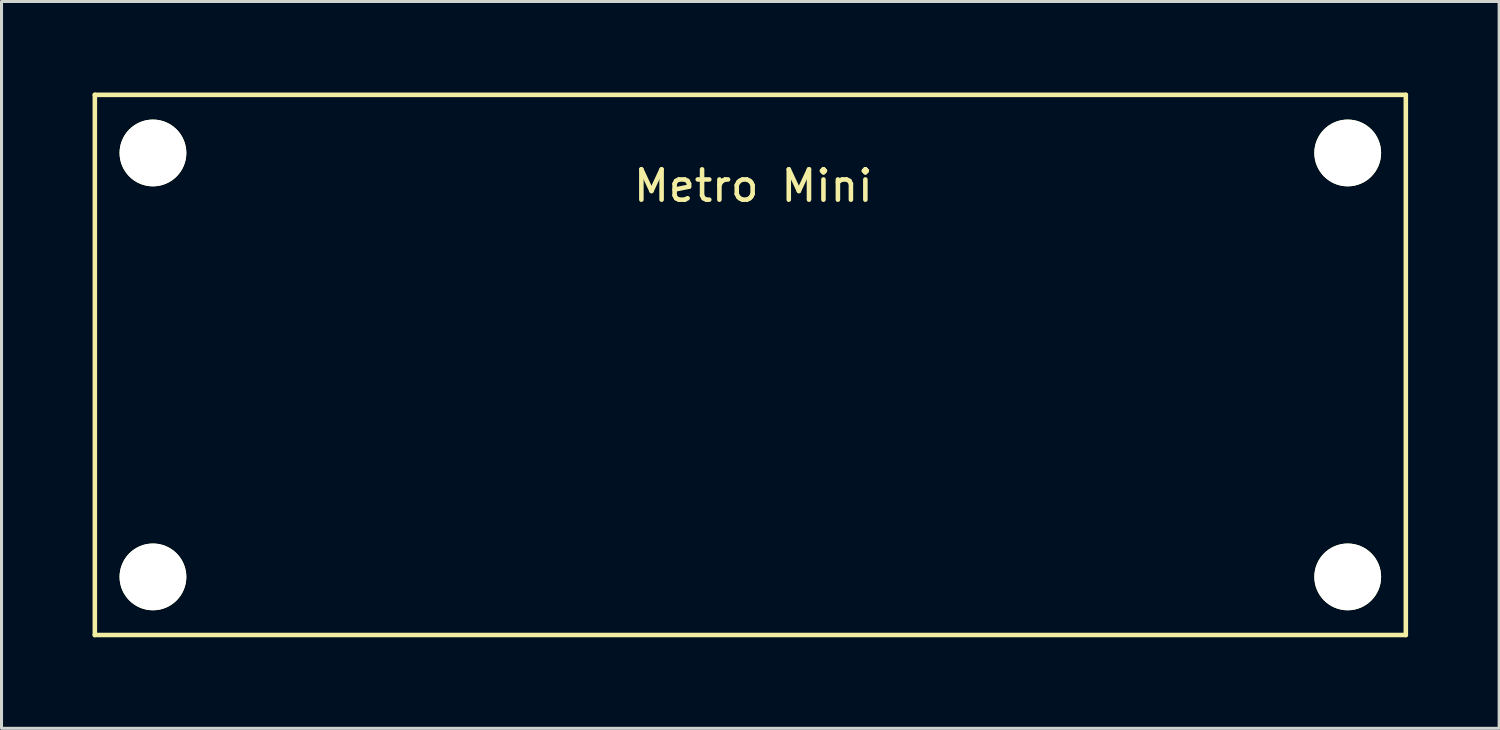
<source format=kicad_pcb>
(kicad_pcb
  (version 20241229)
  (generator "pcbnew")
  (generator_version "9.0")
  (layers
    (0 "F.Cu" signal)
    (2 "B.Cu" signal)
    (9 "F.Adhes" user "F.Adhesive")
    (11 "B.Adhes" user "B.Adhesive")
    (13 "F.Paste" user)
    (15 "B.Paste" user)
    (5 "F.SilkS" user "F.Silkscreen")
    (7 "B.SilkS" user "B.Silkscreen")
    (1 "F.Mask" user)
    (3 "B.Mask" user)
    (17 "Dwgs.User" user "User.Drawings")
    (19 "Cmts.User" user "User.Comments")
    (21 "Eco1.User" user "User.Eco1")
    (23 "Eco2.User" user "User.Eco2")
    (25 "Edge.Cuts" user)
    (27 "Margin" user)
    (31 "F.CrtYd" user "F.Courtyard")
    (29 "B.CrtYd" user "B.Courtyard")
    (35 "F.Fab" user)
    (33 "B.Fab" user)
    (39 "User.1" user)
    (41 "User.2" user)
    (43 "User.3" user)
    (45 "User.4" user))
  (footprint "Metro Mini"
    (layer "F.Cu")
    (at 21.675 8.975)
    (property "Reference" "Metro Mini" (at 0.1 -5.9 0) (layer "F.SilkS") (effects (font (size 1 1) (thickness 0.15))))
    (attr through_hole)
    (fp_line (start -21.6 -8.9) (end 21.6 -8.9) (stroke (width 0.15) (type solid)) (layer "F.SilkS"))
    (fp_line (start -21.6 8.9) (end -21.6 -8.9) (stroke (width 0.15) (type solid)) (layer "F.SilkS"))
    (fp_line (start 21.6 -8.9) (end 21.6 8.9) (stroke (width 0.15) (type solid)) (layer "F.SilkS"))
    (fp_line (start 21.6 8.9) (end -21.6 8.9) (stroke (width 0.15) (type solid)) (layer "F.SilkS"))
    (pad "" np_thru_hole circle (at -19.685 -6.985) (size 2.2 2.2) (drill 2.2) (layers "*.Cu" "*.Mask" "F.SilkS"))
    (pad "" np_thru_hole circle (at -19.685 6.985) (size 2.2 2.2) (drill 2.2) (layers "*.Cu" "*.Mask" "F.SilkS"))
    (pad "" np_thru_hole circle (at 19.685 -6.985) (size 2.2 2.2) (drill 2.2) (layers "*.Cu" "*.Mask" "F.SilkS"))
    (pad "" np_thru_hole circle (at 19.685 6.985) (size 2.2 2.2) (drill 2.2) (layers "*.Cu" "*.Mask" "F.SilkS")))
  (gr_rect
    (start -3 -3)
    (end 46.35 20.95)
    (stroke (width 0.1) (type default))
    (fill no)
    (layer "Edge.Cuts")))
</source>
